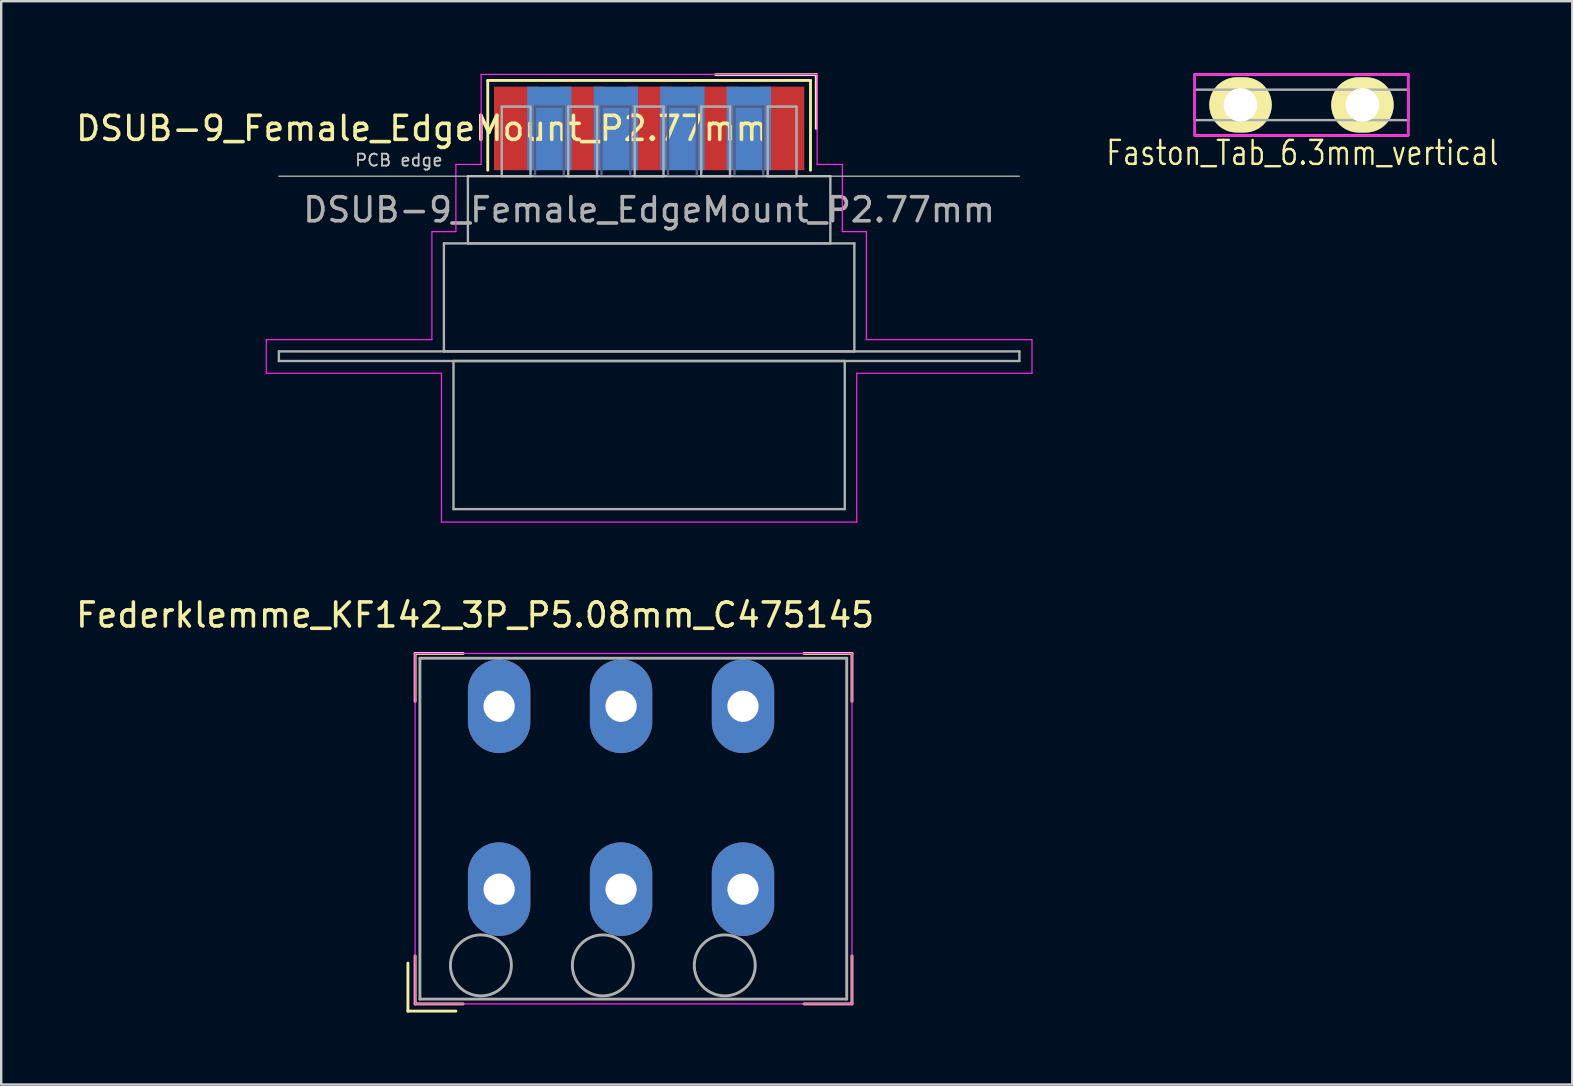
<source format=kicad_pcb>
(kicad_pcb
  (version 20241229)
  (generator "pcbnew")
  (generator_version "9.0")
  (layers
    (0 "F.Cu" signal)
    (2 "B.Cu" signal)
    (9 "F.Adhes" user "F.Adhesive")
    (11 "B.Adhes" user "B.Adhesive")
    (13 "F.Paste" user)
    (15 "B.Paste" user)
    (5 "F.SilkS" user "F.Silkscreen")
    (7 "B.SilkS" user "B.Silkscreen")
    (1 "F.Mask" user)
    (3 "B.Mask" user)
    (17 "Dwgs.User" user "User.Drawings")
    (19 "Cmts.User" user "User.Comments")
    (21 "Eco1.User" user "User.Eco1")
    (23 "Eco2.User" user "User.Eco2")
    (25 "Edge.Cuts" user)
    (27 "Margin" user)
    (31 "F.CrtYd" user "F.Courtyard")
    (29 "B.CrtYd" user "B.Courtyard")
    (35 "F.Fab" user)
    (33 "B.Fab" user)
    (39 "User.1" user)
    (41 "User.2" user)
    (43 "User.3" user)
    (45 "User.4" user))
  (footprint "Faston_Tab_6.3mm_vertical"
    (layer "F.Cu")
    (at 48.63 1.32)
    (property "Reference" "Faston_Tab_6.3mm_vertical" (at 2.58 2 0) (layer "F.SilkS") (effects (font (size 1 0.8) (thickness 0.1))))
    (attr through_hole)
    (fp_line (start -1.905 -1.27) (end -1.905 1.27) (stroke (width 0.1) (type solid)) (layer "F.SilkS"))
    (fp_line (start -1.905 -1.27) (end 6.985 -1.27) (stroke (width 0.1) (type solid)) (layer "F.SilkS"))
    (fp_line (start -1.905 1.27) (end 6.985 1.27) (stroke (width 0.1) (type solid)) (layer "F.SilkS"))
    (fp_line (start 6.985 -1.27) (end 6.985 1.27) (stroke (width 0.1) (type solid)) (layer "F.SilkS"))
    (fp_line (start -1.905 -1.27) (end -1.905 1.27) (stroke (width 0.1) (type solid)) (layer "F.CrtYd"))
    (fp_line (start -1.905 1.27) (end 6.985 1.27) (stroke (width 0.1) (type solid)) (layer "F.CrtYd"))
    (fp_line (start 6.985 -1.27) (end -1.905 -1.27) (stroke (width 0.1) (type solid)) (layer "F.CrtYd"))
    (fp_line (start 6.985 1.27) (end 6.985 -1.27) (stroke (width 0.1) (type solid)) (layer "F.CrtYd"))
    (fp_line (start -1.905 -0.635) (end 6.985 -0.635) (stroke (width 0.1) (type solid)) (layer "F.Fab"))
    (fp_line (start -1.905 0.635) (end -1.905 -0.635) (stroke (width 0.1) (type solid)) (layer "F.Fab"))
    (fp_line (start 6.985 -0.635) (end 6.985 0.635) (stroke (width 0.1) (type solid)) (layer "F.Fab"))
    (fp_line (start 6.985 0.635) (end -1.905 0.635) (stroke (width 0.1) (type solid)) (layer "F.Fab"))
    (pad "1" thru_hole oval (at 0 0) (size 2.6 2.3) (drill 1.4) (layers "*.Cu" "*.Mask" "F.SilkS"))
    (pad "1" thru_hole oval (at 5.08 0) (size 2.6 2.3) (drill 1.4) (layers "*.Cu" "*.Mask" "F.SilkS")))
  (footprint "Federklemme_KF142_3P_P5.08mm_C475145"
    (layer "F.Cu")
    (at 17.744 26.373)
    (property "Reference" "Federklemme_KF142_3P_P5.08mm_C475145" (at -1 -3.8 180) (layer "F.SilkS") (effects (font (size 1 1) (thickness 0.15))))
    (attr through_hole)
    (fp_line (start -3.8 12.7) (end -3.8 10.7) (stroke (width 0.12) (type solid)) (layer "F.SilkS"))
    (fp_line (start -3.8 12.7) (end -1.8 12.7) (stroke (width 0.12) (type solid)) (layer "F.SilkS"))
    (fp_line (start -3.5 -2.2) (end -3.5 -0.2) (stroke (width 0.12) (type solid)) (layer "F.SilkS"))
    (fp_line (start -3.5 -2.2) (end -1.5 -2.2) (stroke (width 0.12) (type solid)) (layer "F.SilkS"))
    (fp_line (start -3.5 12.4) (end -3.5 10.4) (stroke (width 0.12) (type solid)) (layer "F.SilkS"))
    (fp_line (start -3.5 12.4) (end -1.5 12.4) (stroke (width 0.12) (type solid)) (layer "F.SilkS"))
    (fp_line (start 14.7 -2.2) (end 12.7 -2.2) (stroke (width 0.12) (type solid)) (layer "F.SilkS"))
    (fp_line (start 14.7 -2.2) (end 14.7 -0.2) (stroke (width 0.12) (type solid)) (layer "F.SilkS"))
    (fp_line (start 14.7 12.4) (end 12.7 12.4) (stroke (width 0.12) (type solid)) (layer "F.SilkS"))
    (fp_line (start 14.7 12.4) (end 14.7 10.4) (stroke (width 0.12) (type solid)) (layer "F.SilkS"))
    (fp_line (start -3.5 -2.2) (end -3.5 12.4) (stroke (width 0.05) (type solid)) (layer "F.CrtYd"))
    (fp_line (start -3.5 12.4) (end 14.7 12.4) (stroke (width 0.05) (type solid)) (layer "F.CrtYd"))
    (fp_line (start 14.7 -2.2) (end -3.5 -2.2) (stroke (width 0.05) (type solid)) (layer "F.CrtYd"))
    (fp_line (start 14.7 12.4) (end 14.7 -2.2) (stroke (width 0.05) (type solid)) (layer "F.CrtYd"))
    (fp_line (start -3.3 -2) (end 14.48 -2) (stroke (width 0.12) (type solid)) (layer "F.Fab"))
    (fp_line (start -3.3 12.2) (end -3.3 -2) (stroke (width 0.12) (type solid)) (layer "F.Fab"))
    (fp_line (start -3.3 12.2) (end 14.48 12.2) (stroke (width 0.12) (type solid)) (layer "F.Fab"))
    (fp_line (start 14.48 -2) (end 14.48 12.2) (stroke (width 0.12) (type solid)) (layer "F.Fab"))
    (fp_circle (center -0.76 10.795) (end 0.51 10.795) (stroke (width 0.12) (type solid)) (fill no) (layer "F.Fab"))
    (fp_circle (center 4.32 10.795) (end 5.59 10.795) (stroke (width 0.12) (type solid)) (fill no) (layer "F.Fab"))
    (fp_circle (center 9.4 10.795) (end 10.67 10.795) (stroke (width 0.12) (type solid)) (fill no) (layer "F.Fab"))
    (pad "1" thru_hole oval (at 0 0) (size 2.6 3.9) (drill 1.3) (layers "*.Cu" "*.Mask"))
    (pad "1" thru_hole oval (at 0 7.62) (size 2.6 3.9) (drill 1.3) (layers "*.Cu" "*.Mask"))
    (pad "2" thru_hole oval (at 5.08 0) (size 2.6 3.9) (drill 1.3) (layers "*.Cu" "*.Mask"))
    (pad "2" thru_hole oval (at 5.08 7.62) (size 2.6 3.9) (drill 1.3) (layers "*.Cu" "*.Mask"))
    (pad "3" thru_hole oval (at 10.16 0) (size 2.6 3.9) (drill 1.3) (layers "*.Cu" "*.Mask"))
    (pad "3" thru_hole oval (at 10.16 7.62) (size 2.6 3.9) (drill 1.3) (layers "*.Cu" "*.Mask")))
  (footprint "DSUB-9_Female_EdgeMount_P2.77mm"
    (layer "F.Cu")
    (at 23.993 2.3)
    (property "Reference" "DSUB-9_Female_EdgeMount_P2.77mm" (at -9.463 0 180) (layer "F.SilkS") (effects (font (size 1 1) (thickness 0.15))))
    (attr smd)
    (fp_line (start -6.723 -2) (end -6.723 1.74) (stroke (width 0.12) (type solid)) (layer "F.SilkS"))
    (fp_line (start 6.723 -2) (end -6.723 -2) (stroke (width 0.12) (type solid)) (layer "F.SilkS"))
    (fp_line (start 6.723 1.74) (end 6.723 -2) (stroke (width 0.12) (type solid)) (layer "F.SilkS"))
    (fp_line (start 6.963 -2.24) (end 2.77 -2.24) (stroke (width 0.12) (type solid)) (layer "F.SilkS"))
    (fp_line (start 6.963 0) (end 6.963 -2.24) (stroke (width 0.12) (type solid)) (layer "F.SilkS"))
    (fp_line (start -15.425 1.99) (end 15.425 1.99) (stroke (width 0.05) (type solid)) (layer "Dwgs.User"))
    (fp_line (start -15.95 8.8) (end -9.05 8.8) (stroke (width 0.05) (type solid)) (layer "F.CrtYd"))
    (fp_line (start -15.95 10.2) (end -15.95 8.8) (stroke (width 0.05) (type solid)) (layer "F.CrtYd"))
    (fp_line (start -9.05 4.3) (end -8.05 4.3) (stroke (width 0.05) (type solid)) (layer "F.CrtYd"))
    (fp_line (start -9.05 8.8) (end -9.05 4.3) (stroke (width 0.05) (type solid)) (layer "F.CrtYd"))
    (fp_line (start -8.65 10.2) (end -15.95 10.2) (stroke (width 0.05) (type solid)) (layer "F.CrtYd"))
    (fp_line (start -8.65 16.4) (end -8.65 10.2) (stroke (width 0.05) (type solid)) (layer "F.CrtYd"))
    (fp_line (start -8.05 1.5) (end -7 1.5) (stroke (width 0.05) (type solid)) (layer "F.CrtYd"))
    (fp_line (start -8.05 4.3) (end -8.05 1.5) (stroke (width 0.05) (type solid)) (layer "F.CrtYd"))
    (fp_line (start -7 -2.25) (end 7 -2.25) (stroke (width 0.05) (type solid)) (layer "F.CrtYd"))
    (fp_line (start -7 1.5) (end -7 -2.25) (stroke (width 0.05) (type solid)) (layer "F.CrtYd"))
    (fp_line (start 7 -2.25) (end 7 1.5) (stroke (width 0.05) (type solid)) (layer "F.CrtYd"))
    (fp_line (start 7 1.5) (end 8.05 1.5) (stroke (width 0.05) (type solid)) (layer "F.CrtYd"))
    (fp_line (start 8.05 1.5) (end 8.05 4.3) (stroke (width 0.05) (type solid)) (layer "F.CrtYd"))
    (fp_line (start 8.05 4.3) (end 9.05 4.3) (stroke (width 0.05) (type solid)) (layer "F.CrtYd"))
    (fp_line (start 8.65 10.2) (end 8.65 16.4) (stroke (width 0.05) (type solid)) (layer "F.CrtYd"))
    (fp_line (start 8.65 16.4) (end -8.65 16.4) (stroke (width 0.05) (type solid)) (layer "F.CrtYd"))
    (fp_line (start 9.05 4.3) (end 9.05 8.8) (stroke (width 0.05) (type solid)) (layer "F.CrtYd"))
    (fp_line (start 9.05 8.8) (end 15.95 8.8) (stroke (width 0.05) (type solid)) (layer "F.CrtYd"))
    (fp_line (start 15.95 8.8) (end 15.95 10.2) (stroke (width 0.05) (type solid)) (layer "F.CrtYd"))
    (fp_line (start 15.95 10.2) (end 8.65 10.2) (stroke (width 0.05) (type solid)) (layer "F.CrtYd"))
    (fp_line (start -4.755 -0.91) (end -4.755 1.99) (stroke (width 0.1) (type solid)) (layer "B.Fab"))
    (fp_line (start -4.755 1.99) (end -3.555 1.99) (stroke (width 0.1) (type solid)) (layer "B.Fab"))
    (fp_line (start -3.555 -0.91) (end -4.755 -0.91) (stroke (width 0.1) (type solid)) (layer "B.Fab"))
    (fp_line (start -3.555 1.99) (end -3.555 -0.91) (stroke (width 0.1) (type solid)) (layer "B.Fab"))
    (fp_line (start -1.985 -0.91) (end -1.985 1.99) (stroke (width 0.1) (type solid)) (layer "B.Fab"))
    (fp_line (start -1.985 1.99) (end -0.785 1.99) (stroke (width 0.1) (type solid)) (layer "B.Fab"))
    (fp_line (start -0.785 -0.91) (end -1.985 -0.91) (stroke (width 0.1) (type solid)) (layer "B.Fab"))
    (fp_line (start -0.785 1.99) (end -0.785 -0.91) (stroke (width 0.1) (type solid)) (layer "B.Fab"))
    (fp_line (start 0.785 -0.91) (end 0.785 1.99) (stroke (width 0.1) (type solid)) (layer "B.Fab"))
    (fp_line (start 0.785 1.99) (end 1.985 1.99) (stroke (width 0.1) (type solid)) (layer "B.Fab"))
    (fp_line (start 1.985 -0.91) (end 0.785 -0.91) (stroke (width 0.1) (type solid)) (layer "B.Fab"))
    (fp_line (start 1.985 1.99) (end 1.985 -0.91) (stroke (width 0.1) (type solid)) (layer "B.Fab"))
    (fp_line (start 3.555 -0.91) (end 3.555 1.99) (stroke (width 0.1) (type solid)) (layer "B.Fab"))
    (fp_line (start 3.555 1.99) (end 4.755 1.99) (stroke (width 0.1) (type solid)) (layer "B.Fab"))
    (fp_line (start 4.755 -0.91) (end 3.555 -0.91) (stroke (width 0.1) (type solid)) (layer "B.Fab"))
    (fp_line (start 4.755 1.99) (end 4.755 -0.91) (stroke (width 0.1) (type solid)) (layer "B.Fab"))
    (fp_line (start -15.425 9.29) (end -15.425 9.69) (stroke (width 0.1) (type solid)) (layer "F.Fab"))
    (fp_line (start -15.425 9.69) (end 15.425 9.69) (stroke (width 0.1) (type solid)) (layer "F.Fab"))
    (fp_line (start -8.55 4.79) (end -8.55 9.29) (stroke (width 0.1) (type solid)) (layer "F.Fab"))
    (fp_line (start -8.55 9.29) (end 8.55 9.29) (stroke (width 0.1) (type solid)) (layer "F.Fab"))
    (fp_line (start -8.15 9.69) (end -8.15 15.86) (stroke (width 0.1) (type solid)) (layer "F.Fab"))
    (fp_line (start -8.15 15.86) (end 8.15 15.86) (stroke (width 0.1) (type solid)) (layer "F.Fab"))
    (fp_line (start -7.55 1.99) (end -7.55 4.79) (stroke (width 0.1) (type solid)) (layer "F.Fab"))
    (fp_line (start -7.55 4.79) (end 7.55 4.79) (stroke (width 0.1) (type solid)) (layer "F.Fab"))
    (fp_line (start -6.14 -0.91) (end -6.14 1.99) (stroke (width 0.1) (type solid)) (layer "F.Fab"))
    (fp_line (start -6.14 1.99) (end -4.94 1.99) (stroke (width 0.1) (type solid)) (layer "F.Fab"))
    (fp_line (start -4.94 -0.91) (end -6.14 -0.91) (stroke (width 0.1) (type solid)) (layer "F.Fab"))
    (fp_line (start -4.94 1.99) (end -4.94 -0.91) (stroke (width 0.1) (type solid)) (layer "F.Fab"))
    (fp_line (start -3.37 -0.91) (end -3.37 1.99) (stroke (width 0.1) (type solid)) (layer "F.Fab"))
    (fp_line (start -3.37 1.99) (end -2.17 1.99) (stroke (width 0.1) (type solid)) (layer "F.Fab"))
    (fp_line (start -2.17 -0.91) (end -3.37 -0.91) (stroke (width 0.1) (type solid)) (layer "F.Fab"))
    (fp_line (start -2.17 1.99) (end -2.17 -0.91) (stroke (width 0.1) (type solid)) (layer "F.Fab"))
    (fp_line (start -0.6 -0.91) (end -0.6 1.99) (stroke (width 0.1) (type solid)) (layer "F.Fab"))
    (fp_line (start -0.6 1.99) (end 0.6 1.99) (stroke (width 0.1) (type solid)) (layer "F.Fab"))
    (fp_line (start 0.6 -0.91) (end -0.6 -0.91) (stroke (width 0.1) (type solid)) (layer "F.Fab"))
    (fp_line (start 0.6 1.99) (end 0.6 -0.91) (stroke (width 0.1) (type solid)) (layer "F.Fab"))
    (fp_line (start 2.17 -0.91) (end 2.17 1.99) (stroke (width 0.1) (type solid)) (layer "F.Fab"))
    (fp_line (start 2.17 1.99) (end 3.37 1.99) (stroke (width 0.1) (type solid)) (layer "F.Fab"))
    (fp_line (start 3.37 -0.91) (end 2.17 -0.91) (stroke (width 0.1) (type solid)) (layer "F.Fab"))
    (fp_line (start 3.37 1.99) (end 3.37 -0.91) (stroke (width 0.1) (type solid)) (layer "F.Fab"))
    (fp_line (start 4.94 -0.91) (end 4.94 1.99) (stroke (width 0.1) (type solid)) (layer "F.Fab"))
    (fp_line (start 4.94 1.99) (end 6.14 1.99) (stroke (width 0.1) (type solid)) (layer "F.Fab"))
    (fp_line (start 6.14 -0.91) (end 4.94 -0.91) (stroke (width 0.1) (type solid)) (layer "F.Fab"))
    (fp_line (start 6.14 1.99) (end 6.14 -0.91) (stroke (width 0.1) (type solid)) (layer "F.Fab"))
    (fp_line (start 7.55 1.99) (end -7.55 1.99) (stroke (width 0.1) (type solid)) (layer "F.Fab"))
    (fp_line (start 7.55 4.79) (end 7.55 1.99) (stroke (width 0.1) (type solid)) (layer "F.Fab"))
    (fp_line (start 8.15 9.69) (end -8.15 9.69) (stroke (width 0.1) (type solid)) (layer "F.Fab"))
    (fp_line (start 8.15 15.86) (end 8.15 9.69) (stroke (width 0.1) (type solid)) (layer "F.Fab"))
    (fp_line (start 8.55 4.79) (end -8.55 4.79) (stroke (width 0.1) (type solid)) (layer "F.Fab"))
    (fp_line (start 8.55 9.29) (end 8.55 4.79) (stroke (width 0.1) (type solid)) (layer "F.Fab"))
    (fp_line (start 15.425 9.29) (end -15.425 9.29) (stroke (width 0.1) (type solid)) (layer "F.Fab"))
    (fp_line (start 15.425 9.69) (end 15.425 9.29) (stroke (width 0.1) (type solid)) (layer "F.Fab"))
    (fp_text user "PCB edge" (at -10.425 1.323 180) (layer "Dwgs.User") (effects (font (size 0.5 0.5) (thickness 0.075))))
    (fp_text user "${REFERENCE}" (at 0 3.39 180) (layer "F.Fab") (effects (font (size 1 1) (thickness 0.15))))
    (pad "1" smd rect (at 5.54 0) (size 1.847 3.48) (layers "F.Cu" "F.Mask"))
    (pad "2" smd rect (at 2.77 0) (size 1.847 3.48) (layers "F.Cu" "F.Mask"))
    (pad "3" smd rect (at 0 0) (size 1.847 3.48) (layers "F.Cu" "F.Mask"))
    (pad "4" smd rect (at -2.77 0) (size 1.847 3.48) (layers "F.Cu" "F.Mask"))
    (pad "5" smd rect (at -5.54 0) (size 1.847 3.48) (layers "F.Cu" "F.Mask"))
    (pad "6" smd rect (at 4.155 0) (size 1.847 3.48) (layers "B.Cu" "B.Mask"))
    (pad "7" smd rect (at 1.385 0) (size 1.847 3.48) (layers "B.Cu" "B.Mask"))
    (pad "8" smd rect (at -1.385 0) (size 1.847 3.48) (layers "B.Cu" "B.Mask"))
    (pad "9" smd rect (at -4.155 0) (size 1.847 3.48) (layers "B.Cu" "B.Mask")))
  (gr_rect
    (start -3 -3)
    (end 62.451 42.133)
    (stroke (width 0.1) (type default))
    (fill no)
    (layer "Edge.Cuts")))
</source>
